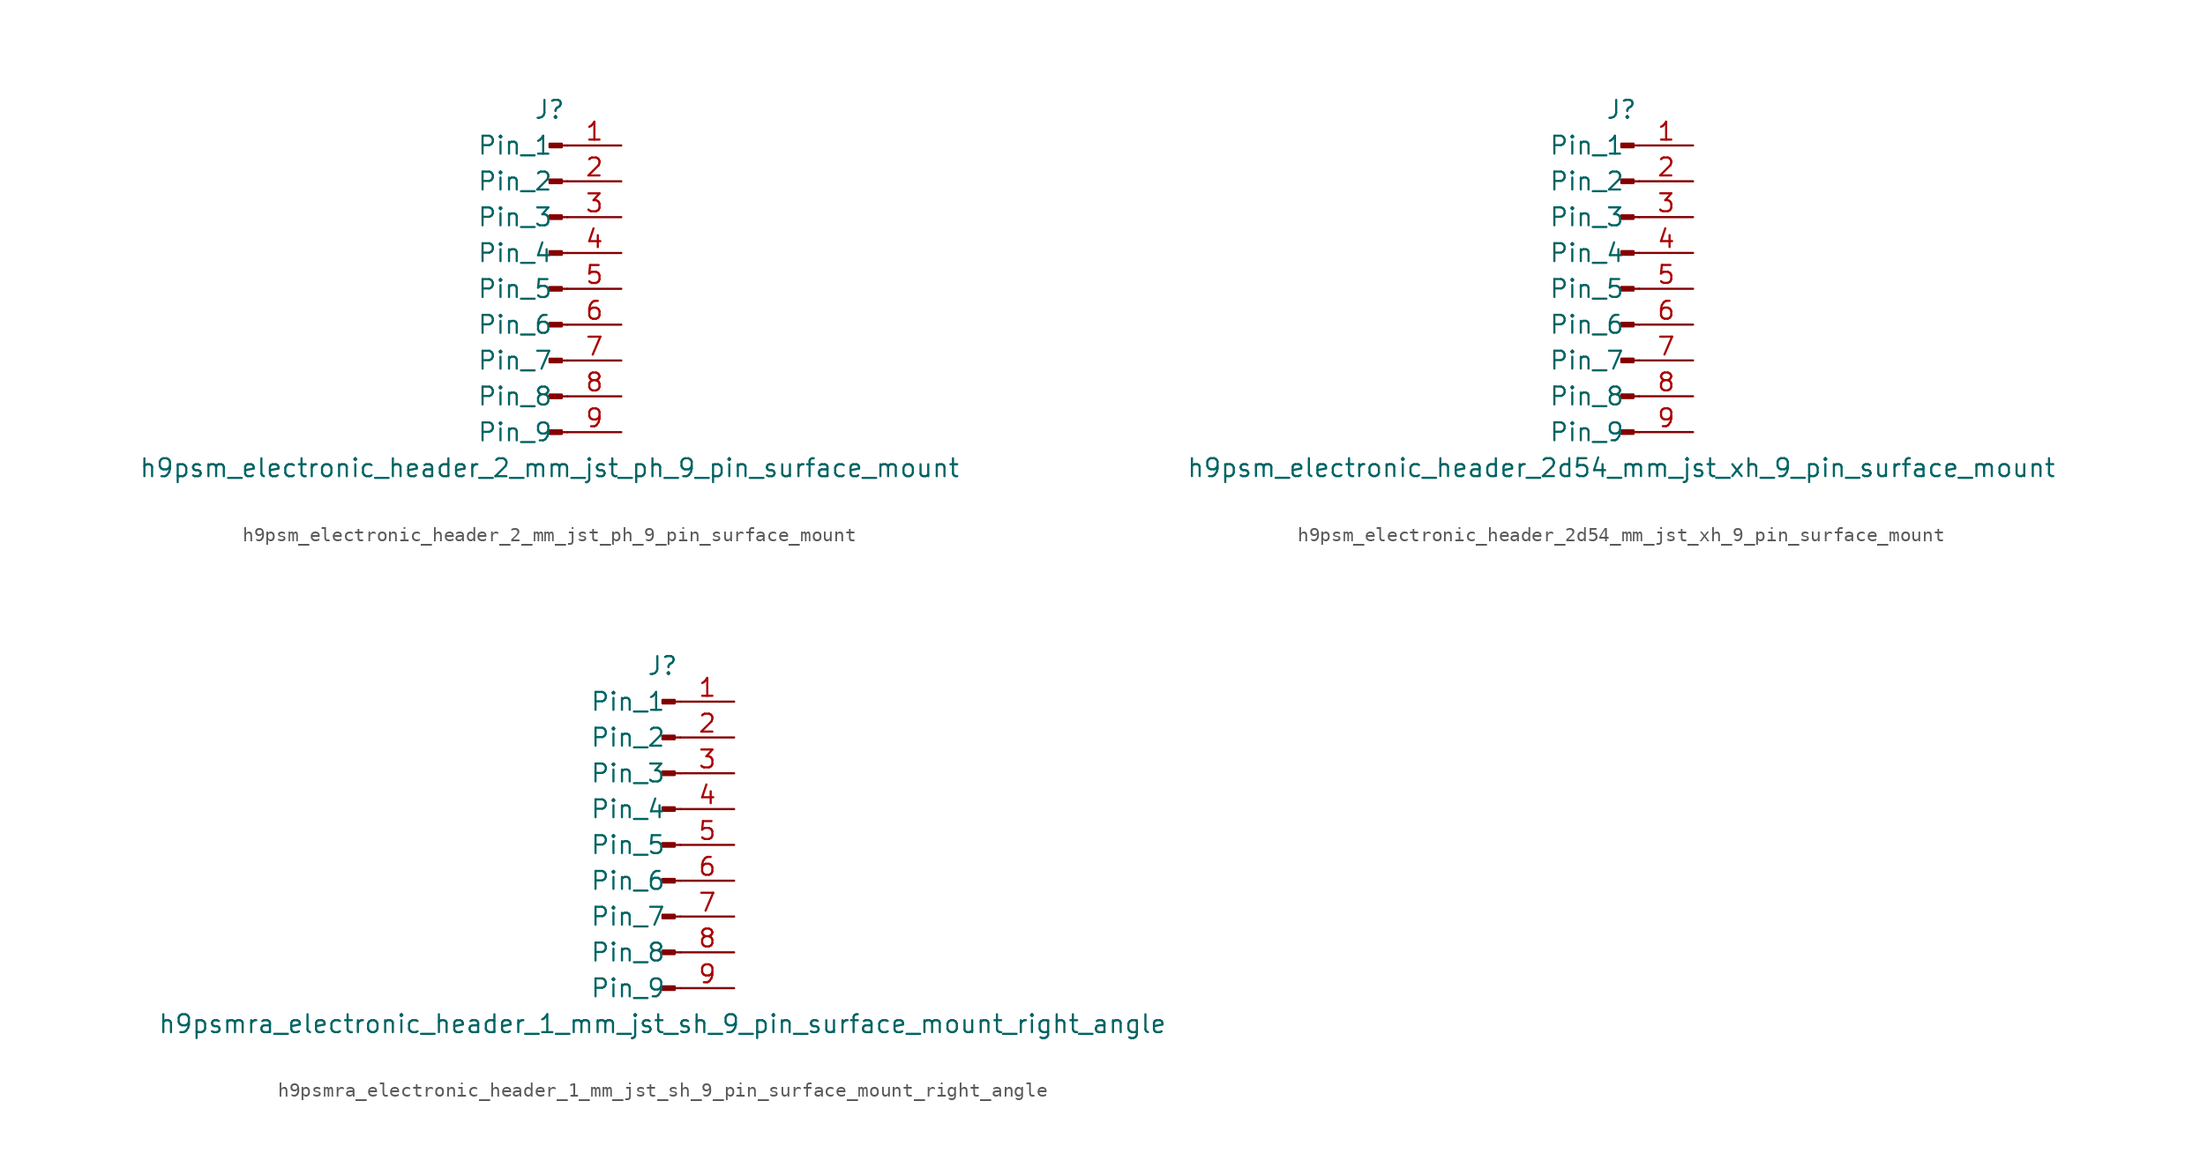
<source format=kicad_sym>
(kicad_symbol_lib
  (version 20220914)
  (generator kicad_symbol_editor)
  (symbol "h9psm_electronic_header_2_mm_jst_ph_9_pin_surface_mount"
    (pin_names
      (offset 1.016))
    (property "Reference" "J"
      (at 0 12.7 0)
      (effects (font (size 1.27 1.27))))
    (property "Value" "h9psm_electronic_header_2_mm_jst_ph_9_pin_surface_mount"
      (at 0 -12.7 0)
      (effects (font (size 1.27 1.27))))
    (property "ki_locked" ""
      (at 0 0 0)
      (effects (font (size 1.27 1.27))))
    (symbol "h9psm_electronic_header_2_mm_jst_ph_9_pin_surface_mount_1_1"
      (polyline (pts (xy 1.27 -10.16) (xy 0.864 -10.16)) (stroke (width 0.152) (type default)) (fill (type none)))
      (polyline (pts (xy 1.27 -7.62) (xy 0.864 -7.62)) (stroke (width 0.152) (type default)) (fill (type none)))
      (polyline (pts (xy 1.27 -5.08) (xy 0.864 -5.08)) (stroke (width 0.152) (type default)) (fill (type none)))
      (polyline (pts (xy 1.27 -2.54) (xy 0.864 -2.54)) (stroke (width 0.152) (type default)) (fill (type none)))
      (polyline (pts (xy 1.27 0) (xy 0.864 0)) (stroke (width 0.152) (type default)) (fill (type none)))
      (polyline (pts (xy 1.27 2.54) (xy 0.864 2.54)) (stroke (width 0.152) (type default)) (fill (type none)))
      (polyline (pts (xy 1.27 5.08) (xy 0.864 5.08)) (stroke (width 0.152) (type default)) (fill (type none)))
      (polyline (pts (xy 1.27 7.62) (xy 0.864 7.62)) (stroke (width 0.152) (type default)) (fill (type none)))
      (polyline (pts (xy 1.27 10.16) (xy 0.864 10.16)) (stroke (width 0.152) (type default)) (fill (type none)))
      (rectangle (start 0.864 -10.033) (end 0 -10.287) (stroke (width 0.152) (type default)) (fill (type outline)))
      (rectangle (start 0.864 -7.493) (end 0 -7.747) (stroke (width 0.152) (type default)) (fill (type outline)))
      (rectangle (start 0.864 -4.953) (end 0 -5.207) (stroke (width 0.152) (type default)) (fill (type outline)))
      (rectangle (start 0.864 -2.413) (end 0 -2.667) (stroke (width 0.152) (type default)) (fill (type outline)))
      (rectangle (start 0.864 0.127) (end 0 -0.127) (stroke (width 0.152) (type default)) (fill (type outline)))
      (rectangle (start 0.864 2.667) (end 0 2.413) (stroke (width 0.152) (type default)) (fill (type outline)))
      (rectangle (start 0.864 5.207) (end 0 4.953) (stroke (width 0.152) (type default)) (fill (type outline)))
      (rectangle (start 0.864 7.747) (end 0 7.493) (stroke (width 0.152) (type default)) (fill (type outline)))
      (rectangle (start 0.864 10.287) (end 0 10.033) (stroke (width 0.152) (type default)) (fill (type outline)))
      (pin passive line (at 5.08 10.16 180) (length 3.81) (name "Pin_1" (effects (font (size 1.27 1.27)))) (number "1" (effects (font (size 1.27 1.27)))))
      (pin passive line (at 5.08 7.62 180) (length 3.81) (name "Pin_2" (effects (font (size 1.27 1.27)))) (number "2" (effects (font (size 1.27 1.27)))))
      (pin passive line (at 5.08 5.08 180) (length 3.81) (name "Pin_3" (effects (font (size 1.27 1.27)))) (number "3" (effects (font (size 1.27 1.27)))))
      (pin passive line (at 5.08 2.54 180) (length 3.81) (name "Pin_4" (effects (font (size 1.27 1.27)))) (number "4" (effects (font (size 1.27 1.27)))))
      (pin passive line (at 5.08 0 180) (length 3.81) (name "Pin_5" (effects (font (size 1.27 1.27)))) (number "5" (effects (font (size 1.27 1.27)))))
      (pin passive line (at 5.08 -2.54 180) (length 3.81) (name "Pin_6" (effects (font (size 1.27 1.27)))) (number "6" (effects (font (size 1.27 1.27)))))
      (pin passive line (at 5.08 -5.08 180) (length 3.81) (name "Pin_7" (effects (font (size 1.27 1.27)))) (number "7" (effects (font (size 1.27 1.27)))))
      (pin passive line (at 5.08 -7.62 180) (length 3.81) (name "Pin_8" (effects (font (size 1.27 1.27)))) (number "8" (effects (font (size 1.27 1.27)))))
      (pin passive line (at 5.08 -10.16 180) (length 3.81) (name "Pin_9" (effects (font (size 1.27 1.27)))) (number "9" (effects (font (size 1.27 1.27)))))))
  (symbol "h9psm_electronic_header_2d54_mm_jst_xh_9_pin_surface_mount"
    (pin_names
      (offset 1.016))
    (property "Reference" "J"
      (at 0 12.7 0)
      (effects (font (size 1.27 1.27))))
    (property "Value" "h9psm_electronic_header_2d54_mm_jst_xh_9_pin_surface_mount"
      (at 0 -12.7 0)
      (effects (font (size 1.27 1.27))))
    (property "ki_locked" ""
      (at 0 0 0)
      (effects (font (size 1.27 1.27))))
    (symbol "h9psm_electronic_header_2d54_mm_jst_xh_9_pin_surface_mount_1_1"
      (polyline (pts (xy 1.27 -10.16) (xy 0.864 -10.16)) (stroke (width 0.152) (type default)) (fill (type none)))
      (polyline (pts (xy 1.27 -7.62) (xy 0.864 -7.62)) (stroke (width 0.152) (type default)) (fill (type none)))
      (polyline (pts (xy 1.27 -5.08) (xy 0.864 -5.08)) (stroke (width 0.152) (type default)) (fill (type none)))
      (polyline (pts (xy 1.27 -2.54) (xy 0.864 -2.54)) (stroke (width 0.152) (type default)) (fill (type none)))
      (polyline (pts (xy 1.27 0) (xy 0.864 0)) (stroke (width 0.152) (type default)) (fill (type none)))
      (polyline (pts (xy 1.27 2.54) (xy 0.864 2.54)) (stroke (width 0.152) (type default)) (fill (type none)))
      (polyline (pts (xy 1.27 5.08) (xy 0.864 5.08)) (stroke (width 0.152) (type default)) (fill (type none)))
      (polyline (pts (xy 1.27 7.62) (xy 0.864 7.62)) (stroke (width 0.152) (type default)) (fill (type none)))
      (polyline (pts (xy 1.27 10.16) (xy 0.864 10.16)) (stroke (width 0.152) (type default)) (fill (type none)))
      (rectangle (start 0.864 -10.033) (end 0 -10.287) (stroke (width 0.152) (type default)) (fill (type outline)))
      (rectangle (start 0.864 -7.493) (end 0 -7.747) (stroke (width 0.152) (type default)) (fill (type outline)))
      (rectangle (start 0.864 -4.953) (end 0 -5.207) (stroke (width 0.152) (type default)) (fill (type outline)))
      (rectangle (start 0.864 -2.413) (end 0 -2.667) (stroke (width 0.152) (type default)) (fill (type outline)))
      (rectangle (start 0.864 0.127) (end 0 -0.127) (stroke (width 0.152) (type default)) (fill (type outline)))
      (rectangle (start 0.864 2.667) (end 0 2.413) (stroke (width 0.152) (type default)) (fill (type outline)))
      (rectangle (start 0.864 5.207) (end 0 4.953) (stroke (width 0.152) (type default)) (fill (type outline)))
      (rectangle (start 0.864 7.747) (end 0 7.493) (stroke (width 0.152) (type default)) (fill (type outline)))
      (rectangle (start 0.864 10.287) (end 0 10.033) (stroke (width 0.152) (type default)) (fill (type outline)))
      (pin passive line (at 5.08 10.16 180) (length 3.81) (name "Pin_1" (effects (font (size 1.27 1.27)))) (number "1" (effects (font (size 1.27 1.27)))))
      (pin passive line (at 5.08 7.62 180) (length 3.81) (name "Pin_2" (effects (font (size 1.27 1.27)))) (number "2" (effects (font (size 1.27 1.27)))))
      (pin passive line (at 5.08 5.08 180) (length 3.81) (name "Pin_3" (effects (font (size 1.27 1.27)))) (number "3" (effects (font (size 1.27 1.27)))))
      (pin passive line (at 5.08 2.54 180) (length 3.81) (name "Pin_4" (effects (font (size 1.27 1.27)))) (number "4" (effects (font (size 1.27 1.27)))))
      (pin passive line (at 5.08 0 180) (length 3.81) (name "Pin_5" (effects (font (size 1.27 1.27)))) (number "5" (effects (font (size 1.27 1.27)))))
      (pin passive line (at 5.08 -2.54 180) (length 3.81) (name "Pin_6" (effects (font (size 1.27 1.27)))) (number "6" (effects (font (size 1.27 1.27)))))
      (pin passive line (at 5.08 -5.08 180) (length 3.81) (name "Pin_7" (effects (font (size 1.27 1.27)))) (number "7" (effects (font (size 1.27 1.27)))))
      (pin passive line (at 5.08 -7.62 180) (length 3.81) (name "Pin_8" (effects (font (size 1.27 1.27)))) (number "8" (effects (font (size 1.27 1.27)))))
      (pin passive line (at 5.08 -10.16 180) (length 3.81) (name "Pin_9" (effects (font (size 1.27 1.27)))) (number "9" (effects (font (size 1.27 1.27)))))))
  (symbol "h9psmra_electronic_header_1_mm_jst_sh_9_pin_surface_mount_right_angle"
    (pin_names
      (offset 1.016))
    (property "Reference" "J"
      (at 0 12.7 0)
      (effects (font (size 1.27 1.27))))
    (property "Value" "h9psmra_electronic_header_1_mm_jst_sh_9_pin_surface_mount_right_angle"
      (at 0 -12.7 0)
      (effects (font (size 1.27 1.27))))
    (property "ki_locked" ""
      (at 0 0 0)
      (effects (font (size 1.27 1.27))))
    (symbol "h9psmra_electronic_header_1_mm_jst_sh_9_pin_surface_mount_right_angle_1_1"
      (polyline (pts (xy 1.27 -10.16) (xy 0.864 -10.16)) (stroke (width 0.152) (type default)) (fill (type none)))
      (polyline (pts (xy 1.27 -7.62) (xy 0.864 -7.62)) (stroke (width 0.152) (type default)) (fill (type none)))
      (polyline (pts (xy 1.27 -5.08) (xy 0.864 -5.08)) (stroke (width 0.152) (type default)) (fill (type none)))
      (polyline (pts (xy 1.27 -2.54) (xy 0.864 -2.54)) (stroke (width 0.152) (type default)) (fill (type none)))
      (polyline (pts (xy 1.27 0) (xy 0.864 0)) (stroke (width 0.152) (type default)) (fill (type none)))
      (polyline (pts (xy 1.27 2.54) (xy 0.864 2.54)) (stroke (width 0.152) (type default)) (fill (type none)))
      (polyline (pts (xy 1.27 5.08) (xy 0.864 5.08)) (stroke (width 0.152) (type default)) (fill (type none)))
      (polyline (pts (xy 1.27 7.62) (xy 0.864 7.62)) (stroke (width 0.152) (type default)) (fill (type none)))
      (polyline (pts (xy 1.27 10.16) (xy 0.864 10.16)) (stroke (width 0.152) (type default)) (fill (type none)))
      (rectangle (start 0.864 -10.033) (end 0 -10.287) (stroke (width 0.152) (type default)) (fill (type outline)))
      (rectangle (start 0.864 -7.493) (end 0 -7.747) (stroke (width 0.152) (type default)) (fill (type outline)))
      (rectangle (start 0.864 -4.953) (end 0 -5.207) (stroke (width 0.152) (type default)) (fill (type outline)))
      (rectangle (start 0.864 -2.413) (end 0 -2.667) (stroke (width 0.152) (type default)) (fill (type outline)))
      (rectangle (start 0.864 0.127) (end 0 -0.127) (stroke (width 0.152) (type default)) (fill (type outline)))
      (rectangle (start 0.864 2.667) (end 0 2.413) (stroke (width 0.152) (type default)) (fill (type outline)))
      (rectangle (start 0.864 5.207) (end 0 4.953) (stroke (width 0.152) (type default)) (fill (type outline)))
      (rectangle (start 0.864 7.747) (end 0 7.493) (stroke (width 0.152) (type default)) (fill (type outline)))
      (rectangle (start 0.864 10.287) (end 0 10.033) (stroke (width 0.152) (type default)) (fill (type outline)))
      (pin passive line (at 5.08 10.16 180) (length 3.81) (name "Pin_1" (effects (font (size 1.27 1.27)))) (number "1" (effects (font (size 1.27 1.27)))))
      (pin passive line (at 5.08 7.62 180) (length 3.81) (name "Pin_2" (effects (font (size 1.27 1.27)))) (number "2" (effects (font (size 1.27 1.27)))))
      (pin passive line (at 5.08 5.08 180) (length 3.81) (name "Pin_3" (effects (font (size 1.27 1.27)))) (number "3" (effects (font (size 1.27 1.27)))))
      (pin passive line (at 5.08 2.54 180) (length 3.81) (name "Pin_4" (effects (font (size 1.27 1.27)))) (number "4" (effects (font (size 1.27 1.27)))))
      (pin passive line (at 5.08 0 180) (length 3.81) (name "Pin_5" (effects (font (size 1.27 1.27)))) (number "5" (effects (font (size 1.27 1.27)))))
      (pin passive line (at 5.08 -2.54 180) (length 3.81) (name "Pin_6" (effects (font (size 1.27 1.27)))) (number "6" (effects (font (size 1.27 1.27)))))
      (pin passive line (at 5.08 -5.08 180) (length 3.81) (name "Pin_7" (effects (font (size 1.27 1.27)))) (number "7" (effects (font (size 1.27 1.27)))))
      (pin passive line (at 5.08 -7.62 180) (length 3.81) (name "Pin_8" (effects (font (size 1.27 1.27)))) (number "8" (effects (font (size 1.27 1.27)))))
      (pin passive line (at 5.08 -10.16 180) (length 3.81) (name "Pin_9" (effects (font (size 1.27 1.27)))) (number "9" (effects (font (size 1.27 1.27))))))))
</source>
